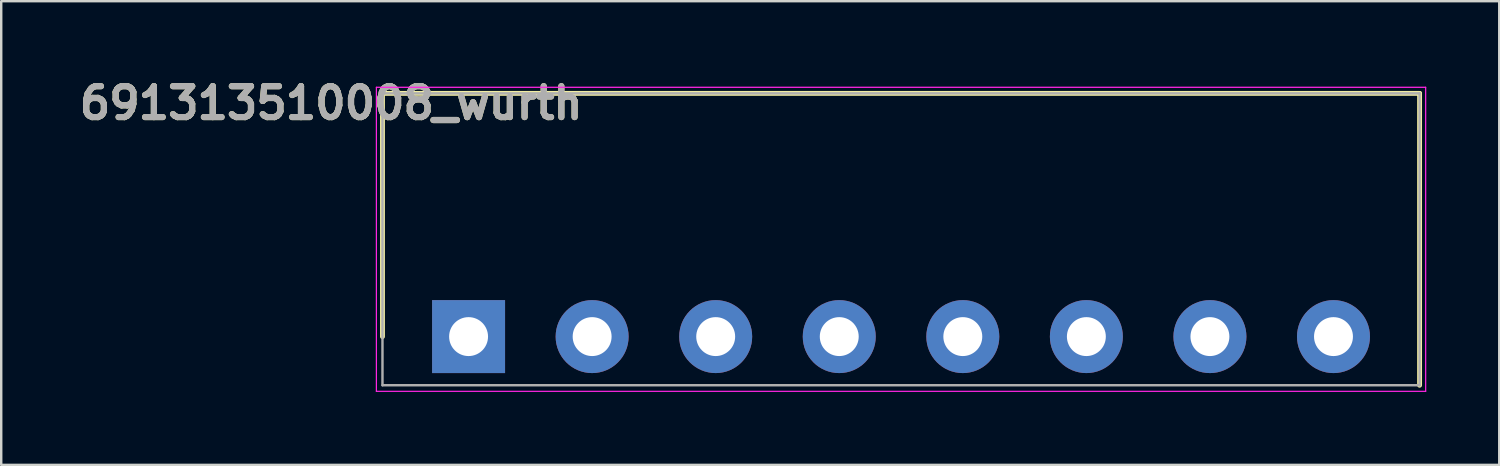
<source format=kicad_pcb>
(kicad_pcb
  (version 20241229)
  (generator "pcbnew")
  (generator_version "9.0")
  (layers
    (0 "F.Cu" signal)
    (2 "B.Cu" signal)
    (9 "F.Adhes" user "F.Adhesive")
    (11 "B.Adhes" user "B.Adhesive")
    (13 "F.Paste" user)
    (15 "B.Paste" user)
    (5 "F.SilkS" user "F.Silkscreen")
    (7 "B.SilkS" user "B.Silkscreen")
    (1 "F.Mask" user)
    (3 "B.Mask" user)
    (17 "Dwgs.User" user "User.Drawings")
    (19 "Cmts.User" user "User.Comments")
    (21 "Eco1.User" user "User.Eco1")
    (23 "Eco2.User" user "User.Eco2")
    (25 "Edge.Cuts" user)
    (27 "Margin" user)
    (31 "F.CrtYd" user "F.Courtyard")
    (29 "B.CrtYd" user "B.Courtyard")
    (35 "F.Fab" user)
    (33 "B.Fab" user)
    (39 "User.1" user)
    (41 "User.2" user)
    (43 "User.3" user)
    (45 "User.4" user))
  (footprint "691313510008_wurth"
    (layer "F.Cu")
    (at 16.215 10.789)
    (property "Reference" "691313510008_wurth" (at -5.65 -9.6 0) (layer "F.SilkS") (effects (font (size 1.27 1.27) (thickness 0.254))))
    (attr through_hole)
    (fp_line (start -3.54 -10) (end 39.1 -10) (stroke (width 0.2) (type solid)) (layer "F.SilkS"))
    (fp_line (start -3.54 0) (end -3.54 -10) (stroke (width 0.2) (type solid)) (layer "F.SilkS"))
    (fp_line (start 39.1 -10) (end 39.1 2) (stroke (width 0.2) (type solid)) (layer "F.SilkS"))
    (fp_line (start -3.79 -10.25) (end -3.79 2.25) (stroke (width 0.05) (type solid)) (layer "F.CrtYd"))
    (fp_line (start -3.79 2.25) (end 39.35 2.25) (stroke (width 0.05) (type solid)) (layer "F.CrtYd"))
    (fp_line (start 39.35 -10.25) (end -3.79 -10.25) (stroke (width 0.05) (type solid)) (layer "F.CrtYd"))
    (fp_line (start 39.35 2.25) (end 39.35 -10.25) (stroke (width 0.05) (type solid)) (layer "F.CrtYd"))
    (fp_line (start -3.54 -10) (end 39.1 -10) (stroke (width 0.1) (type solid)) (layer "F.Fab"))
    (fp_line (start -3.54 2) (end -3.54 -10) (stroke (width 0.1) (type solid)) (layer "F.Fab"))
    (fp_line (start 39.1 -10) (end 39.1 2) (stroke (width 0.1) (type solid)) (layer "F.Fab"))
    (fp_line (start 39.1 2) (end -3.54 2) (stroke (width 0.1) (type solid)) (layer "F.Fab"))
    (fp_text user "${REFERENCE}" (at -5.65 -9.6 0) (layer "F.Fab") (effects (font (size 1.27 1.27) (thickness 0.254))))
    (pad "1" thru_hole rect (at 0 0) (size 3 3) (drill 1.6) (layers "*.Cu" "*.Mask"))
    (pad "2" thru_hole circle (at 5.08 0) (size 3 3) (drill 1.6) (layers "*.Cu" "*.Mask"))
    (pad "3" thru_hole circle (at 10.16 0) (size 3 3) (drill 1.6) (layers "*.Cu" "*.Mask"))
    (pad "4" thru_hole circle (at 15.24 0) (size 3 3) (drill 1.6) (layers "*.Cu" "*.Mask"))
    (pad "5" thru_hole circle (at 20.32 0) (size 3 3) (drill 1.6) (layers "*.Cu" "*.Mask"))
    (pad "6" thru_hole circle (at 25.4 0) (size 3 3) (drill 1.6) (layers "*.Cu" "*.Mask"))
    (pad "7" thru_hole circle (at 30.48 0) (size 3 3) (drill 1.6) (layers "*.Cu" "*.Mask"))
    (pad "8" thru_hole circle (at 35.56 0) (size 3 3) (drill 1.6) (layers "*.Cu" "*.Mask")))
  (gr_rect
    (start -3 -3)
    (end 58.59 16.064)
    (stroke (width 0.1) (type default))
    (fill no)
    (layer "Edge.Cuts")))
</source>
